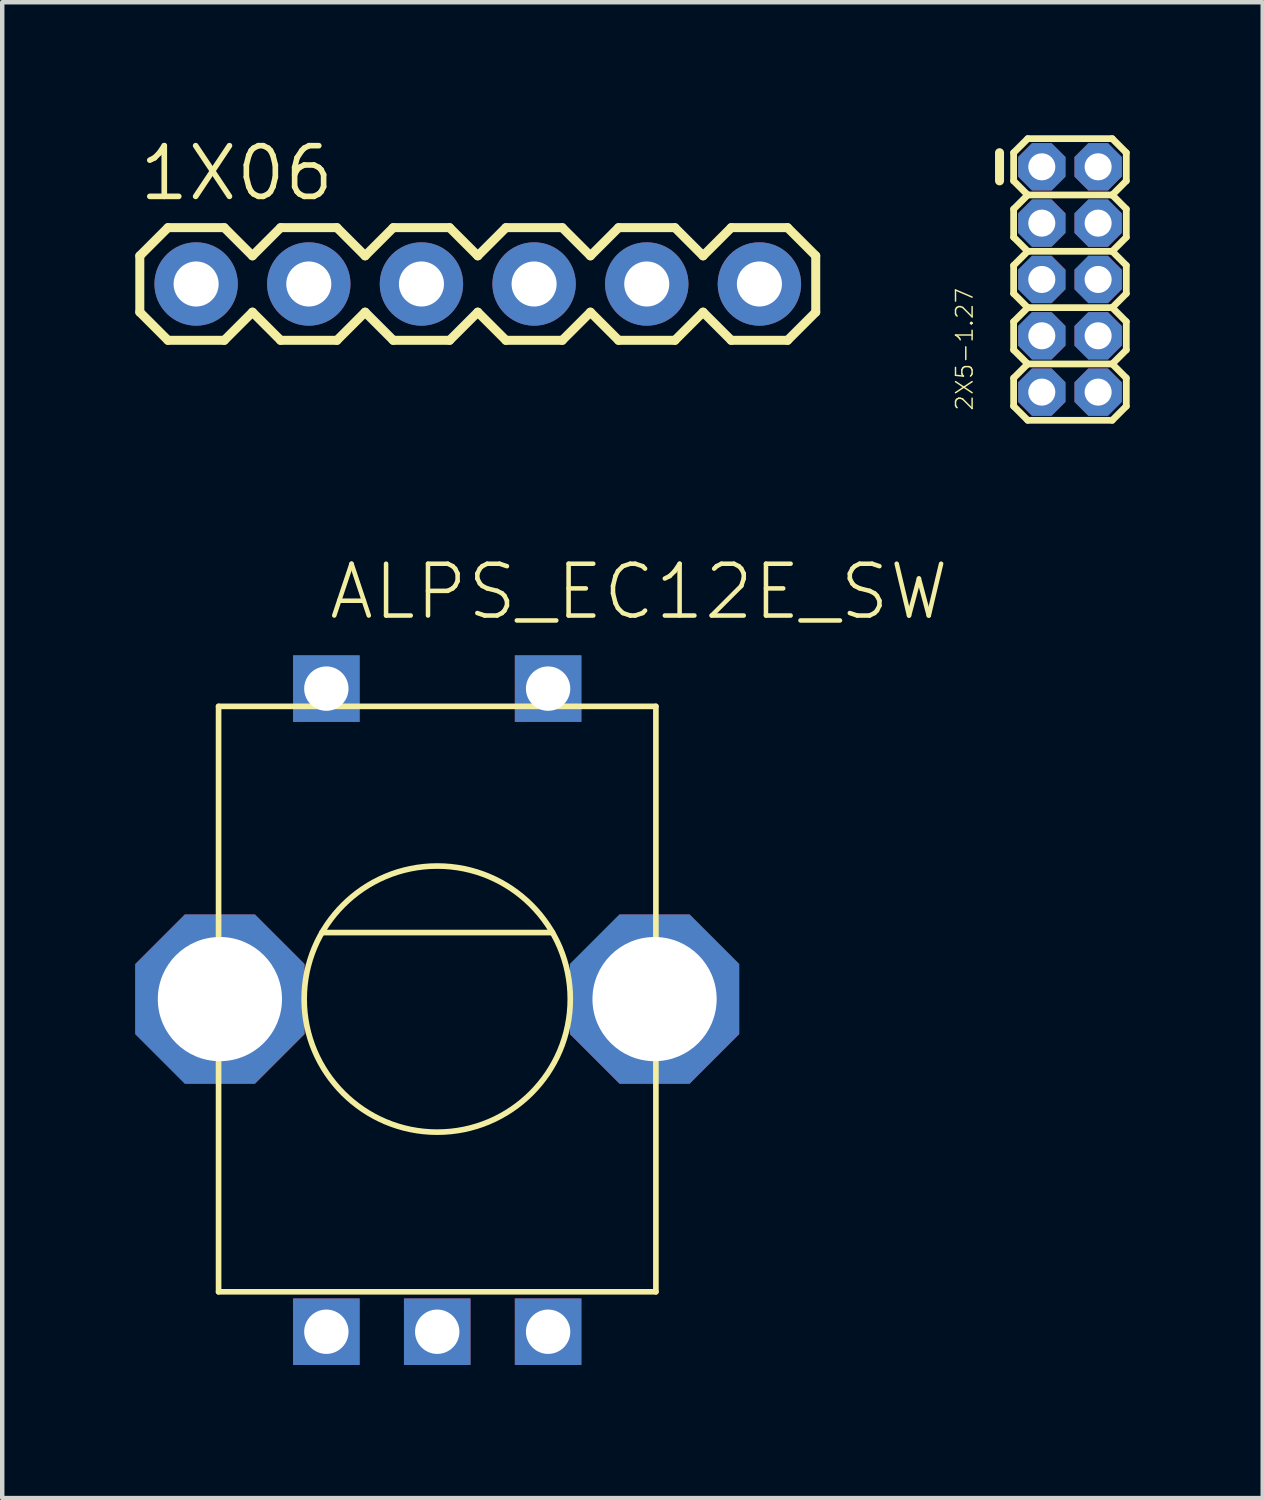
<source format=kicad_pcb>
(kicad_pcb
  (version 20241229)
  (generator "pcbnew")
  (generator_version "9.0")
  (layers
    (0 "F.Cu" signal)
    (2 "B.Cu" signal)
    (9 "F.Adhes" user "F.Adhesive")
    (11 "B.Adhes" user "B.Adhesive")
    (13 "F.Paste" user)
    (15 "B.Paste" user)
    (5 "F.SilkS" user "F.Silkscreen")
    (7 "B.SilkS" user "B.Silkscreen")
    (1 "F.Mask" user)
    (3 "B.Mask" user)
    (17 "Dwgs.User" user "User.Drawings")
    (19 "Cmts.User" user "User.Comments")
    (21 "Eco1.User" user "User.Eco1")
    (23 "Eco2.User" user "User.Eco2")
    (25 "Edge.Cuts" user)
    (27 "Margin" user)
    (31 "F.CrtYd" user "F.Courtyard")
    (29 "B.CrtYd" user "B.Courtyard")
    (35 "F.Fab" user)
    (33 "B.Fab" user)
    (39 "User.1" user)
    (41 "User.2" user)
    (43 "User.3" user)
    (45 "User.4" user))
  (footprint "ALPS_EC12E_SW"
    (layer "F.Cu")
    (at 6.808 19.476)
    (property "Reference" "ALPS_EC12E_SW" (at -2.5 -8.5 0) (unlocked yes) (layer "F.SilkS") (effects (font (size 1.168 1.168) (thickness 0.102)) (justify left bottom)))
    (fp_line (start -4.93 -6.6) (end -4.93 6.6) (stroke (width 0.127) (type solid)) (layer "F.SilkS"))
    (fp_line (start -4.93 6.6) (end 4.93 6.6) (stroke (width 0.127) (type solid)) (layer "F.SilkS"))
    (fp_line (start -2.6 -1.5) (end 2.6 -1.5) (stroke (width 0.127) (type solid)) (layer "F.SilkS"))
    (fp_line (start 4.93 -6.6) (end -4.93 -6.6) (stroke (width 0.127) (type solid)) (layer "F.SilkS"))
    (fp_line (start 4.93 6.6) (end 4.93 -6.6) (stroke (width 0.127) (type solid)) (layer "F.SilkS"))
    (fp_circle (center 0 0) (end 3 0) (stroke (width 0.127) (type solid)) (fill no) (layer "F.SilkS"))
    (pad "A" thru_hole rect (at -2.5 7.5) (size 1.5 1.5) (drill 1) (layers "*.Cu" "*.Mask"))
    (pad "B" thru_hole rect (at 2.5 7.5) (size 1.5 1.5) (drill 1) (layers "*.Cu" "*.Mask"))
    (pad "C" thru_hole rect (at 0 7.5) (size 1.5 1.5) (drill 1) (layers "*.Cu" "*.Mask"))
    (pad "D" thru_hole rect (at -2.5 -7) (size 1.5 1.5) (drill 1) (layers "*.Cu" "*.Mask"))
    (pad "E" thru_hole rect (at 2.5 -7) (size 1.5 1.5) (drill 1) (layers "*.Cu" "*.Mask"))
    (pad "GND1" thru_hole roundrect (at -4.9 0) (size 3.816 3.816) (drill 2.8) (layers "*.Cu" "*.Mask") (roundrect_rratio 0.25) (chamfer_ratio 0.293) (chamfer top_left top_right bottom_left bottom_right))
    (pad "GND2" thru_hole roundrect (at 4.9 0) (size 3.816 3.816) (drill 2.8) (layers "*.Cu" "*.Mask") (roundrect_rratio 0.25) (chamfer_ratio 0.293) (chamfer top_left top_right bottom_left bottom_right)))
  (footprint "1X06"
    (layer "F.Cu")
    (at 1.372 3.353)
    (property "Reference" "1X06" (at -1.346 -1.829 0) (unlocked yes) (layer "F.SilkS") (effects (font (size 1.143 1.143) (thickness 0.127)) (justify left bottom)))
    (fp_line (start -1.27 -0.635) (end -1.27 0.635) (stroke (width 0.203) (type solid)) (layer "F.SilkS"))
    (fp_line (start -1.27 0.635) (end -0.635 1.27) (stroke (width 0.203) (type solid)) (layer "F.SilkS"))
    (fp_line (start -0.635 -1.27) (end -1.27 -0.635) (stroke (width 0.203) (type solid)) (layer "F.SilkS"))
    (fp_line (start -0.635 -1.27) (end 0.635 -1.27) (stroke (width 0.203) (type solid)) (layer "F.SilkS"))
    (fp_line (start 0.635 -1.27) (end 1.27 -0.635) (stroke (width 0.203) (type solid)) (layer "F.SilkS"))
    (fp_line (start 0.635 1.27) (end -0.635 1.27) (stroke (width 0.203) (type solid)) (layer "F.SilkS"))
    (fp_line (start 1.27 -0.635) (end 1.905 -1.27) (stroke (width 0.203) (type solid)) (layer "F.SilkS"))
    (fp_line (start 1.27 0.635) (end 0.635 1.27) (stroke (width 0.203) (type solid)) (layer "F.SilkS"))
    (fp_line (start 1.905 -1.27) (end 3.175 -1.27) (stroke (width 0.203) (type solid)) (layer "F.SilkS"))
    (fp_line (start 1.905 1.27) (end 1.27 0.635) (stroke (width 0.203) (type solid)) (layer "F.SilkS"))
    (fp_line (start 3.175 -1.27) (end 3.81 -0.635) (stroke (width 0.203) (type solid)) (layer "F.SilkS"))
    (fp_line (start 3.175 1.27) (end 1.905 1.27) (stroke (width 0.203) (type solid)) (layer "F.SilkS"))
    (fp_line (start 3.81 -0.635) (end 4.445 -1.27) (stroke (width 0.203) (type solid)) (layer "F.SilkS"))
    (fp_line (start 3.81 0.635) (end 3.175 1.27) (stroke (width 0.203) (type solid)) (layer "F.SilkS"))
    (fp_line (start 4.445 -1.27) (end 5.715 -1.27) (stroke (width 0.203) (type solid)) (layer "F.SilkS"))
    (fp_line (start 4.445 1.27) (end 3.81 0.635) (stroke (width 0.203) (type solid)) (layer "F.SilkS"))
    (fp_line (start 5.715 -1.27) (end 6.35 -0.635) (stroke (width 0.203) (type solid)) (layer "F.SilkS"))
    (fp_line (start 5.715 1.27) (end 4.445 1.27) (stroke (width 0.203) (type solid)) (layer "F.SilkS"))
    (fp_line (start 6.35 0.635) (end 5.715 1.27) (stroke (width 0.203) (type solid)) (layer "F.SilkS"))
    (fp_line (start 6.35 0.635) (end 6.985 1.27) (stroke (width 0.203) (type solid)) (layer "F.SilkS"))
    (fp_line (start 6.985 -1.27) (end 6.35 -0.635) (stroke (width 0.203) (type solid)) (layer "F.SilkS"))
    (fp_line (start 6.985 -1.27) (end 8.255 -1.27) (stroke (width 0.203) (type solid)) (layer "F.SilkS"))
    (fp_line (start 8.255 -1.27) (end 8.89 -0.635) (stroke (width 0.203) (type solid)) (layer "F.SilkS"))
    (fp_line (start 8.255 1.27) (end 6.985 1.27) (stroke (width 0.203) (type solid)) (layer "F.SilkS"))
    (fp_line (start 8.89 -0.635) (end 9.525 -1.27) (stroke (width 0.203) (type solid)) (layer "F.SilkS"))
    (fp_line (start 8.89 0.635) (end 8.255 1.27) (stroke (width 0.203) (type solid)) (layer "F.SilkS"))
    (fp_line (start 9.525 -1.27) (end 10.795 -1.27) (stroke (width 0.203) (type solid)) (layer "F.SilkS"))
    (fp_line (start 9.525 1.27) (end 8.89 0.635) (stroke (width 0.203) (type solid)) (layer "F.SilkS"))
    (fp_line (start 10.795 -1.27) (end 11.43 -0.635) (stroke (width 0.203) (type solid)) (layer "F.SilkS"))
    (fp_line (start 10.795 1.27) (end 9.525 1.27) (stroke (width 0.203) (type solid)) (layer "F.SilkS"))
    (fp_line (start 11.43 -0.635) (end 12.065 -1.27) (stroke (width 0.203) (type solid)) (layer "F.SilkS"))
    (fp_line (start 11.43 0.635) (end 10.795 1.27) (stroke (width 0.203) (type solid)) (layer "F.SilkS"))
    (fp_line (start 12.065 -1.27) (end 13.335 -1.27) (stroke (width 0.203) (type solid)) (layer "F.SilkS"))
    (fp_line (start 12.065 1.27) (end 11.43 0.635) (stroke (width 0.203) (type solid)) (layer "F.SilkS"))
    (fp_line (start 13.335 -1.27) (end 13.97 -0.635) (stroke (width 0.203) (type solid)) (layer "F.SilkS"))
    (fp_line (start 13.335 1.27) (end 12.065 1.27) (stroke (width 0.203) (type solid)) (layer "F.SilkS"))
    (fp_line (start 13.97 -0.635) (end 13.97 0.635) (stroke (width 0.203) (type solid)) (layer "F.SilkS"))
    (fp_line (start 13.97 0.635) (end 13.335 1.27) (stroke (width 0.203) (type solid)) (layer "F.SilkS"))
    (fp_poly (pts (xy -0.254 0.254) (xy 0.254 0.254) (xy 0.254 -0.254) (xy -0.254 -0.254)) (stroke (width 0.1) (type default)) (fill no) (layer "F.Fab"))
    (fp_poly (pts (xy 2.286 0.254) (xy 2.794 0.254) (xy 2.794 -0.254) (xy 2.286 -0.254)) (stroke (width 0.1) (type default)) (fill no) (layer "F.Fab"))
    (fp_poly (pts (xy 4.826 0.254) (xy 5.334 0.254) (xy 5.334 -0.254) (xy 4.826 -0.254)) (stroke (width 0.1) (type default)) (fill no) (layer "F.Fab"))
    (fp_poly (pts (xy 7.366 0.254) (xy 7.874 0.254) (xy 7.874 -0.254) (xy 7.366 -0.254)) (stroke (width 0.1) (type default)) (fill no) (layer "F.Fab"))
    (fp_poly (pts (xy 9.906 0.254) (xy 10.414 0.254) (xy 10.414 -0.254) (xy 9.906 -0.254)) (stroke (width 0.1) (type default)) (fill no) (layer "F.Fab"))
    (fp_poly (pts (xy 12.446 0.254) (xy 12.954 0.254) (xy 12.954 -0.254) (xy 12.446 -0.254)) (stroke (width 0.1) (type default)) (fill no) (layer "F.Fab"))
    (pad "1" thru_hole circle (at 0 0 90) (size 1.88 1.88) (drill 1.016) (layers "*.Cu" "*.Mask"))
    (pad "2" thru_hole circle (at 2.54 0 90) (size 1.88 1.88) (drill 1.016) (layers "*.Cu" "*.Mask"))
    (pad "3" thru_hole circle (at 5.08 0 90) (size 1.88 1.88) (drill 1.016) (layers "*.Cu" "*.Mask"))
    (pad "4" thru_hole circle (at 7.62 0 90) (size 1.88 1.88) (drill 1.016) (layers "*.Cu" "*.Mask"))
    (pad "5" thru_hole circle (at 10.16 0 90) (size 1.88 1.88) (drill 1.016) (layers "*.Cu" "*.Mask"))
    (pad "6" thru_hole circle (at 12.7 0 90) (size 1.88 1.88) (drill 1.016) (layers "*.Cu" "*.Mask")))
  (footprint "2X5-1.27"
    (layer "F.Cu")
    (at 21.709 4.521)
    (property "Reference" "2X5-1.27" (at -2.794 1.714 90) (unlocked yes) (layer "F.SilkS") (effects (font (size 0.374 0.374) (thickness 0.033)) (justify left bottom)))
    (fp_line (start -2.223 -4.128) (end -2.223 -3.493) (stroke (width 0.203) (type solid)) (layer "F.SilkS"))
    (fp_line (start -1.905 -4.128) (end -1.905 -3.493) (stroke (width 0.152) (type solid)) (layer "F.SilkS"))
    (fp_line (start -1.905 -3.493) (end -1.587 -3.175) (stroke (width 0.152) (type solid)) (layer "F.SilkS"))
    (fp_line (start -1.905 -2.857) (end -1.905 -2.223) (stroke (width 0.152) (type solid)) (layer "F.SilkS"))
    (fp_line (start -1.905 -2.223) (end -1.587 -1.905) (stroke (width 0.152) (type solid)) (layer "F.SilkS"))
    (fp_line (start -1.905 -1.587) (end -1.905 -0.953) (stroke (width 0.152) (type solid)) (layer "F.SilkS"))
    (fp_line (start -1.905 -0.953) (end -1.587 -0.635) (stroke (width 0.152) (type solid)) (layer "F.SilkS"))
    (fp_line (start -1.905 -0.318) (end -1.905 0.318) (stroke (width 0.152) (type solid)) (layer "F.SilkS"))
    (fp_line (start -1.905 0.318) (end -1.587 0.635) (stroke (width 0.152) (type solid)) (layer "F.SilkS"))
    (fp_line (start -1.905 0.953) (end -1.905 1.587) (stroke (width 0.152) (type solid)) (layer "F.SilkS"))
    (fp_line (start -1.905 1.587) (end -1.587 1.905) (stroke (width 0.152) (type solid)) (layer "F.SilkS"))
    (fp_line (start -1.587 -4.445) (end -1.905 -4.128) (stroke (width 0.152) (type solid)) (layer "F.SilkS"))
    (fp_line (start -1.587 -4.445) (end 0.318 -4.445) (stroke (width 0.152) (type solid)) (layer "F.SilkS"))
    (fp_line (start -1.587 -3.175) (end -1.905 -2.857) (stroke (width 0.152) (type solid)) (layer "F.SilkS"))
    (fp_line (start -1.587 -1.905) (end -1.905 -1.587) (stroke (width 0.152) (type solid)) (layer "F.SilkS"))
    (fp_line (start -1.587 -0.635) (end -1.905 -0.318) (stroke (width 0.152) (type solid)) (layer "F.SilkS"))
    (fp_line (start -1.587 0.635) (end -1.905 0.953) (stroke (width 0.152) (type solid)) (layer "F.SilkS"))
    (fp_line (start 0.318 -4.445) (end 0.635 -4.128) (stroke (width 0.152) (type solid)) (layer "F.SilkS"))
    (fp_line (start 0.318 -3.175) (end -1.587 -3.175) (stroke (width 0.152) (type solid)) (layer "F.SilkS"))
    (fp_line (start 0.318 -3.175) (end 0.635 -2.857) (stroke (width 0.152) (type solid)) (layer "F.SilkS"))
    (fp_line (start 0.318 -1.905) (end -1.587 -1.905) (stroke (width 0.152) (type solid)) (layer "F.SilkS"))
    (fp_line (start 0.318 -1.905) (end 0.635 -1.587) (stroke (width 0.152) (type solid)) (layer "F.SilkS"))
    (fp_line (start 0.318 -0.635) (end -1.587 -0.635) (stroke (width 0.152) (type solid)) (layer "F.SilkS"))
    (fp_line (start 0.318 -0.635) (end 0.635 -0.318) (stroke (width 0.152) (type solid)) (layer "F.SilkS"))
    (fp_line (start 0.318 0.635) (end -1.587 0.635) (stroke (width 0.152) (type solid)) (layer "F.SilkS"))
    (fp_line (start 0.318 0.635) (end 0.635 0.953) (stroke (width 0.152) (type solid)) (layer "F.SilkS"))
    (fp_line (start 0.318 1.905) (end -1.587 1.905) (stroke (width 0.152) (type solid)) (layer "F.SilkS"))
    (fp_line (start 0.635 -4.128) (end 0.635 -3.493) (stroke (width 0.152) (type solid)) (layer "F.SilkS"))
    (fp_line (start 0.635 -3.493) (end 0.318 -3.175) (stroke (width 0.152) (type solid)) (layer "F.SilkS"))
    (fp_line (start 0.635 -2.857) (end 0.635 -2.223) (stroke (width 0.152) (type solid)) (layer "F.SilkS"))
    (fp_line (start 0.635 -2.223) (end 0.318 -1.905) (stroke (width 0.152) (type solid)) (layer "F.SilkS"))
    (fp_line (start 0.635 -1.587) (end 0.635 -0.953) (stroke (width 0.152) (type solid)) (layer "F.SilkS"))
    (fp_line (start 0.635 -0.953) (end 0.318 -0.635) (stroke (width 0.152) (type solid)) (layer "F.SilkS"))
    (fp_line (start 0.635 -0.318) (end 0.635 0.318) (stroke (width 0.152) (type solid)) (layer "F.SilkS"))
    (fp_line (start 0.635 0.318) (end 0.318 0.635) (stroke (width 0.152) (type solid)) (layer "F.SilkS"))
    (fp_line (start 0.635 0.953) (end 0.635 1.587) (stroke (width 0.152) (type solid)) (layer "F.SilkS"))
    (fp_line (start 0.635 1.587) (end 0.318 1.905) (stroke (width 0.152) (type solid)) (layer "F.SilkS"))
    (fp_poly (pts (xy -1.397 -3.683) (xy -1.143 -3.683) (xy -1.143 -3.937) (xy -1.397 -3.937)) (stroke (width 0.1) (type default)) (fill no) (layer "F.Fab"))
    (fp_poly (pts (xy -1.397 -2.413) (xy -1.143 -2.413) (xy -1.143 -2.667) (xy -1.397 -2.667)) (stroke (width 0.1) (type default)) (fill no) (layer "F.Fab"))
    (fp_poly (pts (xy -1.397 -1.143) (xy -1.143 -1.143) (xy -1.143 -1.397) (xy -1.397 -1.397)) (stroke (width 0.1) (type default)) (fill no) (layer "F.Fab"))
    (fp_poly (pts (xy -1.397 0.127) (xy -1.143 0.127) (xy -1.143 -0.127) (xy -1.397 -0.127)) (stroke (width 0.1) (type default)) (fill no) (layer "F.Fab"))
    (fp_poly (pts (xy -1.397 1.397) (xy -1.143 1.397) (xy -1.143 1.143) (xy -1.397 1.143)) (stroke (width 0.1) (type default)) (fill no) (layer "F.Fab"))
    (fp_poly (pts (xy -0.127 -3.683) (xy 0.127 -3.683) (xy 0.127 -3.937) (xy -0.127 -3.937)) (stroke (width 0.1) (type default)) (fill no) (layer "F.Fab"))
    (fp_poly (pts (xy -0.127 -2.413) (xy 0.127 -2.413) (xy 0.127 -2.667) (xy -0.127 -2.667)) (stroke (width 0.1) (type default)) (fill no) (layer "F.Fab"))
    (fp_poly (pts (xy -0.127 -1.143) (xy 0.127 -1.143) (xy 0.127 -1.397) (xy -0.127 -1.397)) (stroke (width 0.1) (type default)) (fill no) (layer "F.Fab"))
    (fp_poly (pts (xy -0.127 0.127) (xy 0.127 0.127) (xy 0.127 -0.127) (xy -0.127 -0.127)) (stroke (width 0.1) (type default)) (fill no) (layer "F.Fab"))
    (fp_poly (pts (xy -0.127 1.397) (xy 0.127 1.397) (xy 0.127 1.143) (xy -0.127 1.143)) (stroke (width 0.1) (type default)) (fill no) (layer "F.Fab"))
    (pad "1" thru_hole roundrect (at -1.27 -3.81 270) (size 1.067 1.067) (drill 0.61) (layers "*.Cu" "*.Mask") (roundrect_rratio 0.25) (chamfer_ratio 0.293) (chamfer top_left top_right bottom_left bottom_right))
    (pad "2" thru_hole roundrect (at 0 -3.81 270) (size 1.067 1.067) (drill 0.61) (layers "*.Cu" "*.Mask") (roundrect_rratio 0.25) (chamfer_ratio 0.293) (chamfer top_left top_right bottom_left bottom_right))
    (pad "3" thru_hole roundrect (at -1.27 -2.54 270) (size 1.067 1.067) (drill 0.61) (layers "*.Cu" "*.Mask") (roundrect_rratio 0.25) (chamfer_ratio 0.293) (chamfer top_left top_right bottom_left bottom_right))
    (pad "4" thru_hole roundrect (at 0 -2.54 270) (size 1.067 1.067) (drill 0.61) (layers "*.Cu" "*.Mask") (roundrect_rratio 0.25) (chamfer_ratio 0.293) (chamfer top_left top_right bottom_left bottom_right))
    (pad "5" thru_hole roundrect (at -1.27 -1.27 270) (size 1.067 1.067) (drill 0.61) (layers "*.Cu" "*.Mask") (roundrect_rratio 0.25) (chamfer_ratio 0.293) (chamfer top_left top_right bottom_left bottom_right))
    (pad "6" thru_hole roundrect (at 0 -1.27 270) (size 1.067 1.067) (drill 0.61) (layers "*.Cu" "*.Mask") (roundrect_rratio 0.25) (chamfer_ratio 0.293) (chamfer top_left top_right bottom_left bottom_right))
    (pad "7" thru_hole roundrect (at -1.27 0 270) (size 1.067 1.067) (drill 0.61) (layers "*.Cu" "*.Mask") (roundrect_rratio 0.25) (chamfer_ratio 0.293) (chamfer top_left top_right bottom_left bottom_right))
    (pad "8" thru_hole roundrect (at 0 0 270) (size 1.067 1.067) (drill 0.61) (layers "*.Cu" "*.Mask") (roundrect_rratio 0.25) (chamfer_ratio 0.293) (chamfer top_left top_right bottom_left bottom_right))
    (pad "9" thru_hole roundrect (at -1.27 1.27 270) (size 1.067 1.067) (drill 0.61) (layers "*.Cu" "*.Mask") (roundrect_rratio 0.25) (chamfer_ratio 0.293) (chamfer top_left top_right bottom_left bottom_right))
    (pad "10" thru_hole roundrect (at 0 1.27 270) (size 1.067 1.067) (drill 0.61) (layers "*.Cu" "*.Mask") (roundrect_rratio 0.25) (chamfer_ratio 0.293) (chamfer top_left top_right bottom_left bottom_right)))
  (gr_rect
    (start -3 -3)
    (end 25.42 30.726)
    (stroke (width 0.1) (type default))
    (fill no)
    (layer "Edge.Cuts")))
</source>
